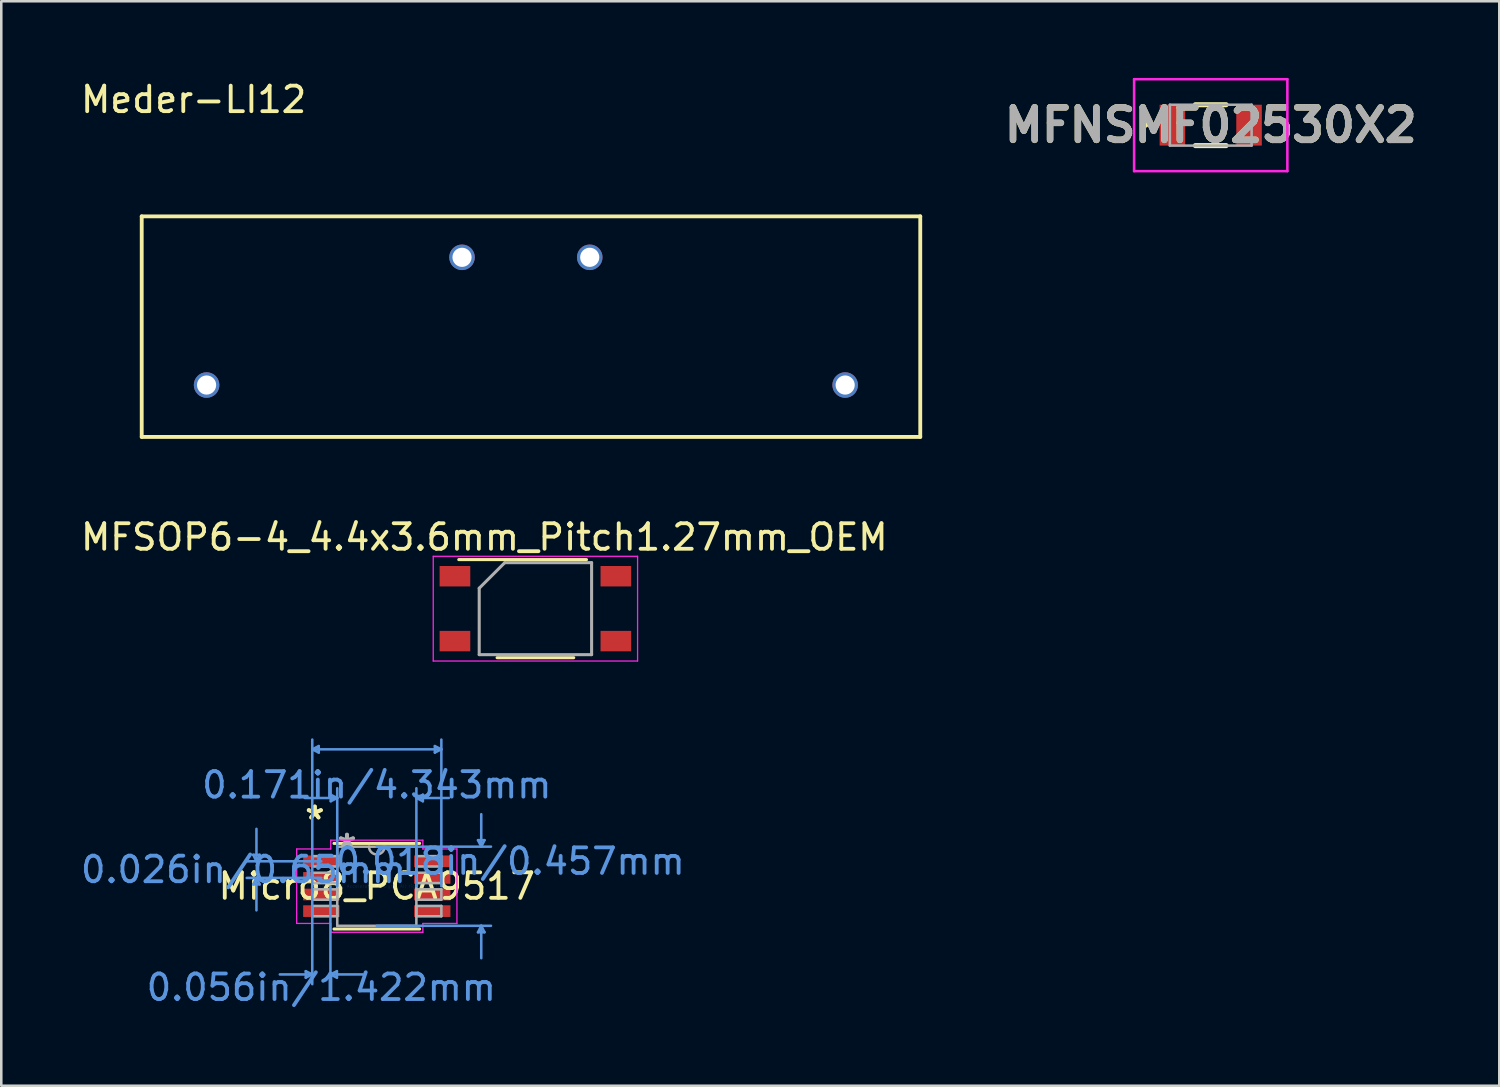
<source format=kicad_pcb>
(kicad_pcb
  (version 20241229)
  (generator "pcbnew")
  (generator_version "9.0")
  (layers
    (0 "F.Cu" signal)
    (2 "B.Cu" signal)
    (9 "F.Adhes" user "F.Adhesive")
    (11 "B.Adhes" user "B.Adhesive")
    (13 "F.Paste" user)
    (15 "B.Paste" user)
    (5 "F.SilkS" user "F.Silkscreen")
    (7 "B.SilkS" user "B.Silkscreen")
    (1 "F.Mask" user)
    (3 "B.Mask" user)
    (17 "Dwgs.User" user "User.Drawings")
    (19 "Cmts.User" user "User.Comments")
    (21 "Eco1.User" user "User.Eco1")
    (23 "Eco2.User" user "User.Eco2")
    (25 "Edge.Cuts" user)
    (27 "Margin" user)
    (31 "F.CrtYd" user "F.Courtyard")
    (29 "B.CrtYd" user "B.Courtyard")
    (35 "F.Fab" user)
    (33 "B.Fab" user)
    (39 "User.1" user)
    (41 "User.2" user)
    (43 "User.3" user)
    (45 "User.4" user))
  (footprint "Micro8_PCA9517"
    (layer "F.Cu")
    (at 11.702 31.645)
    (property "Reference" "Micro8_PCA9517" (at 0 0 0) (layer "F.SilkS") (effects (font (size 1 1) (thickness 0.15))))
    (attr through_hole)
    (fp_line (start -1.676 1.676) (end 1.676 1.676) (stroke (width 0.12) (type solid)) (layer "F.SilkS"))
    (fp_line (start 1.676 -1.676) (end -1.676 -1.676) (stroke (width 0.12) (type solid)) (layer "F.SilkS"))
    (fp_line (start -4.839 -1.229) (end -4.585 -1.229) (stroke (width 0.1) (type solid)) (layer "Cmts.User"))
    (fp_line (start -4.839 -0.071) (end -4.585 -0.071) (stroke (width 0.1) (type solid)) (layer "Cmts.User"))
    (fp_line (start -4.712 -0.975) (end -4.839 -1.229) (stroke (width 0.1) (type solid)) (layer "Cmts.User"))
    (fp_line (start -4.712 -0.975) (end -4.712 -2.245) (stroke (width 0.1) (type solid)) (layer "Cmts.User"))
    (fp_line (start -4.712 -0.975) (end -4.585 -1.229) (stroke (width 0.1) (type solid)) (layer "Cmts.User"))
    (fp_line (start -4.712 -0.325) (end -4.839 -0.071) (stroke (width 0.1) (type solid)) (layer "Cmts.User"))
    (fp_line (start -4.712 -0.325) (end -4.712 0.945) (stroke (width 0.1) (type solid)) (layer "Cmts.User"))
    (fp_line (start -4.712 -0.325) (end -4.585 -0.071) (stroke (width 0.1) (type solid)) (layer "Cmts.User"))
    (fp_line (start -2.781 3.327) (end -2.781 3.581) (stroke (width 0.1) (type solid)) (layer "Cmts.User"))
    (fp_line (start -2.527 -5.359) (end -2.273 -5.486) (stroke (width 0.1) (type solid)) (layer "Cmts.User"))
    (fp_line (start -2.527 -5.359) (end -2.273 -5.232) (stroke (width 0.1) (type solid)) (layer "Cmts.User"))
    (fp_line (start -2.527 -5.359) (end 2.527 -5.359) (stroke (width 0.1) (type solid)) (layer "Cmts.User"))
    (fp_line (start -2.527 0) (end -2.527 -5.74) (stroke (width 0.1) (type solid)) (layer "Cmts.User"))
    (fp_line (start -2.527 0) (end -2.527 3.835) (stroke (width 0.1) (type solid)) (layer "Cmts.User"))
    (fp_line (start -2.527 3.454) (end -3.797 3.454) (stroke (width 0.1) (type solid)) (layer "Cmts.User"))
    (fp_line (start -2.527 3.454) (end -2.781 3.327) (stroke (width 0.1) (type solid)) (layer "Cmts.User"))
    (fp_line (start -2.527 3.454) (end -2.781 3.581) (stroke (width 0.1) (type solid)) (layer "Cmts.User"))
    (fp_line (start -2.273 -5.486) (end -2.273 -5.232) (stroke (width 0.1) (type solid)) (layer "Cmts.User"))
    (fp_line (start -2.172 -0.975) (end -5.093 -0.975) (stroke (width 0.1) (type solid)) (layer "Cmts.User"))
    (fp_line (start -2.172 -0.325) (end -5.093 -0.325) (stroke (width 0.1) (type solid)) (layer "Cmts.User"))
    (fp_line (start -1.816 0) (end -1.816 3.835) (stroke (width 0.1) (type solid)) (layer "Cmts.User"))
    (fp_line (start -1.816 3.454) (end -1.562 3.327) (stroke (width 0.1) (type solid)) (layer "Cmts.User"))
    (fp_line (start -1.816 3.454) (end -1.562 3.581) (stroke (width 0.1) (type solid)) (layer "Cmts.User"))
    (fp_line (start -1.816 3.454) (end -0.546 3.454) (stroke (width 0.1) (type solid)) (layer "Cmts.User"))
    (fp_line (start -1.803 -3.581) (end -1.803 -3.327) (stroke (width 0.1) (type solid)) (layer "Cmts.User"))
    (fp_line (start -1.562 3.327) (end -1.562 3.581) (stroke (width 0.1) (type solid)) (layer "Cmts.User"))
    (fp_line (start -1.549 -3.454) (end -2.819 -3.454) (stroke (width 0.1) (type solid)) (layer "Cmts.User"))
    (fp_line (start -1.549 -3.454) (end -1.803 -3.581) (stroke (width 0.1) (type solid)) (layer "Cmts.User"))
    (fp_line (start -1.549 -3.454) (end -1.803 -3.327) (stroke (width 0.1) (type solid)) (layer "Cmts.User"))
    (fp_line (start -1.549 0) (end -1.549 -3.835) (stroke (width 0.1) (type solid)) (layer "Cmts.User"))
    (fp_line (start 0 -1.549) (end 4.47 -1.549) (stroke (width 0.1) (type solid)) (layer "Cmts.User"))
    (fp_line (start 0 1.549) (end 4.47 1.549) (stroke (width 0.1) (type solid)) (layer "Cmts.User"))
    (fp_line (start 1.549 -3.454) (end 1.803 -3.581) (stroke (width 0.1) (type solid)) (layer "Cmts.User"))
    (fp_line (start 1.549 -3.454) (end 1.803 -3.327) (stroke (width 0.1) (type solid)) (layer "Cmts.User"))
    (fp_line (start 1.549 -3.454) (end 2.819 -3.454) (stroke (width 0.1) (type solid)) (layer "Cmts.User"))
    (fp_line (start 1.549 0) (end 1.549 -3.835) (stroke (width 0.1) (type solid)) (layer "Cmts.User"))
    (fp_line (start 1.803 -3.581) (end 1.803 -3.327) (stroke (width 0.1) (type solid)) (layer "Cmts.User"))
    (fp_line (start 2.273 -5.486) (end 2.273 -5.232) (stroke (width 0.1) (type solid)) (layer "Cmts.User"))
    (fp_line (start 2.527 -5.359) (end 2.273 -5.486) (stroke (width 0.1) (type solid)) (layer "Cmts.User"))
    (fp_line (start 2.527 -5.359) (end 2.273 -5.232) (stroke (width 0.1) (type solid)) (layer "Cmts.User"))
    (fp_line (start 2.527 0) (end 2.527 -5.74) (stroke (width 0.1) (type solid)) (layer "Cmts.User"))
    (fp_line (start 3.962 -1.803) (end 4.216 -1.803) (stroke (width 0.1) (type solid)) (layer "Cmts.User"))
    (fp_line (start 3.962 1.803) (end 4.216 1.803) (stroke (width 0.1) (type solid)) (layer "Cmts.User"))
    (fp_line (start 4.089 -1.549) (end 3.962 -1.803) (stroke (width 0.1) (type solid)) (layer "Cmts.User"))
    (fp_line (start 4.089 -1.549) (end 4.089 -2.819) (stroke (width 0.1) (type solid)) (layer "Cmts.User"))
    (fp_line (start 4.089 -1.549) (end 4.216 -1.803) (stroke (width 0.1) (type solid)) (layer "Cmts.User"))
    (fp_line (start 4.089 1.549) (end 3.962 1.803) (stroke (width 0.1) (type solid)) (layer "Cmts.User"))
    (fp_line (start 4.089 1.549) (end 4.089 2.819) (stroke (width 0.1) (type solid)) (layer "Cmts.User"))
    (fp_line (start 4.089 1.549) (end 4.216 1.803) (stroke (width 0.1) (type solid)) (layer "Cmts.User"))
    (fp_line (start -3.137 -1.458) (end -1.803 -1.458) (stroke (width 0.05) (type solid)) (layer "F.CrtYd"))
    (fp_line (start -3.137 1.458) (end -3.137 -1.458) (stroke (width 0.05) (type solid)) (layer "F.CrtYd"))
    (fp_line (start -1.803 -1.803) (end 1.803 -1.803) (stroke (width 0.05) (type solid)) (layer "F.CrtYd"))
    (fp_line (start -1.803 -1.458) (end -1.803 -1.803) (stroke (width 0.05) (type solid)) (layer "F.CrtYd"))
    (fp_line (start -1.803 1.458) (end -3.137 1.458) (stroke (width 0.05) (type solid)) (layer "F.CrtYd"))
    (fp_line (start -1.803 1.803) (end -1.803 1.458) (stroke (width 0.05) (type solid)) (layer "F.CrtYd"))
    (fp_line (start 1.803 -1.803) (end 1.803 -1.458) (stroke (width 0.05) (type solid)) (layer "F.CrtYd"))
    (fp_line (start 1.803 -1.458) (end 3.137 -1.458) (stroke (width 0.05) (type solid)) (layer "F.CrtYd"))
    (fp_line (start 1.803 1.458) (end 1.803 1.803) (stroke (width 0.05) (type solid)) (layer "F.CrtYd"))
    (fp_line (start 1.803 1.803) (end -1.803 1.803) (stroke (width 0.05) (type solid)) (layer "F.CrtYd"))
    (fp_line (start 3.137 -1.458) (end 3.137 1.458) (stroke (width 0.05) (type solid)) (layer "F.CrtYd"))
    (fp_line (start 3.137 1.458) (end 1.803 1.458) (stroke (width 0.05) (type solid)) (layer "F.CrtYd"))
    (fp_line (start -2.527 -1.178) (end -2.527 -0.772) (stroke (width 0.1) (type solid)) (layer "F.Fab"))
    (fp_line (start -2.527 -0.772) (end -1.549 -0.772) (stroke (width 0.1) (type solid)) (layer "F.Fab"))
    (fp_line (start -2.527 -0.528) (end -2.527 -0.122) (stroke (width 0.1) (type solid)) (layer "F.Fab"))
    (fp_line (start -2.527 -0.122) (end -1.549 -0.122) (stroke (width 0.1) (type solid)) (layer "F.Fab"))
    (fp_line (start -2.527 0.122) (end -2.527 0.528) (stroke (width 0.1) (type solid)) (layer "F.Fab"))
    (fp_line (start -2.527 0.528) (end -1.549 0.528) (stroke (width 0.1) (type solid)) (layer "F.Fab"))
    (fp_line (start -2.527 0.772) (end -2.527 1.178) (stroke (width 0.1) (type solid)) (layer "F.Fab"))
    (fp_line (start -2.527 1.178) (end -1.549 1.178) (stroke (width 0.1) (type solid)) (layer "F.Fab"))
    (fp_line (start -1.549 -1.549) (end -1.549 1.549) (stroke (width 0.1) (type solid)) (layer "F.Fab"))
    (fp_line (start -1.549 -1.178) (end -2.527 -1.178) (stroke (width 0.1) (type solid)) (layer "F.Fab"))
    (fp_line (start -1.549 -0.772) (end -1.549 -1.178) (stroke (width 0.1) (type solid)) (layer "F.Fab"))
    (fp_line (start -1.549 -0.528) (end -2.527 -0.528) (stroke (width 0.1) (type solid)) (layer "F.Fab"))
    (fp_line (start -1.549 -0.122) (end -1.549 -0.528) (stroke (width 0.1) (type solid)) (layer "F.Fab"))
    (fp_line (start -1.549 0.122) (end -2.527 0.122) (stroke (width 0.1) (type solid)) (layer "F.Fab"))
    (fp_line (start -1.549 0.528) (end -1.549 0.122) (stroke (width 0.1) (type solid)) (layer "F.Fab"))
    (fp_line (start -1.549 0.772) (end -2.527 0.772) (stroke (width 0.1) (type solid)) (layer "F.Fab"))
    (fp_line (start -1.549 1.178) (end -1.549 0.772) (stroke (width 0.1) (type solid)) (layer "F.Fab"))
    (fp_line (start -1.549 1.549) (end 1.549 1.549) (stroke (width 0.1) (type solid)) (layer "F.Fab"))
    (fp_line (start 1.549 -1.549) (end -1.549 -1.549) (stroke (width 0.1) (type solid)) (layer "F.Fab"))
    (fp_line (start 1.549 -1.178) (end 1.549 -0.772) (stroke (width 0.1) (type solid)) (layer "F.Fab"))
    (fp_line (start 1.549 -0.772) (end 2.527 -0.772) (stroke (width 0.1) (type solid)) (layer "F.Fab"))
    (fp_line (start 1.549 -0.528) (end 1.549 -0.122) (stroke (width 0.1) (type solid)) (layer "F.Fab"))
    (fp_line (start 1.549 -0.122) (end 2.527 -0.122) (stroke (width 0.1) (type solid)) (layer "F.Fab"))
    (fp_line (start 1.549 0.122) (end 1.549 0.528) (stroke (width 0.1) (type solid)) (layer "F.Fab"))
    (fp_line (start 1.549 0.528) (end 2.527 0.528) (stroke (width 0.1) (type solid)) (layer "F.Fab"))
    (fp_line (start 1.549 0.772) (end 1.549 1.178) (stroke (width 0.1) (type solid)) (layer "F.Fab"))
    (fp_line (start 1.549 1.178) (end 2.527 1.178) (stroke (width 0.1) (type solid)) (layer "F.Fab"))
    (fp_line (start 1.549 1.549) (end 1.549 -1.549) (stroke (width 0.1) (type solid)) (layer "F.Fab"))
    (fp_line (start 2.527 -1.178) (end 1.549 -1.178) (stroke (width 0.1) (type solid)) (layer "F.Fab"))
    (fp_line (start 2.527 -0.772) (end 2.527 -1.178) (stroke (width 0.1) (type solid)) (layer "F.Fab"))
    (fp_line (start 2.527 -0.528) (end 1.549 -0.528) (stroke (width 0.1) (type solid)) (layer "F.Fab"))
    (fp_line (start 2.527 -0.122) (end 2.527 -0.528) (stroke (width 0.1) (type solid)) (layer "F.Fab"))
    (fp_line (start 2.527 0.122) (end 1.549 0.122) (stroke (width 0.1) (type solid)) (layer "F.Fab"))
    (fp_line (start 2.527 0.528) (end 2.527 0.122) (stroke (width 0.1) (type solid)) (layer "F.Fab"))
    (fp_line (start 2.527 0.772) (end 1.549 0.772) (stroke (width 0.1) (type solid)) (layer "F.Fab"))
    (fp_line (start 2.527 1.178) (end 2.527 0.772) (stroke (width 0.1) (type solid)) (layer "F.Fab"))
    (fp_arc (start 0.3048 -1.5494) (mid 0 -1.2446) (end -0.3048 -1.5494) (stroke (width 0.1) (type solid)) (layer "F.Fab"))
    (fp_text user "*" (at -2.426 -2.575 0) (layer "F.SilkS") (effects (font (size 1 1) (thickness 0.15))))
    (fp_text user "*" (at -2.426 -2.575 0) (layer "F.SilkS") (effects (font (size 1 1) (thickness 0.15))))
    (fp_text user "0.026in/0.65mm" (at -5.22 -0.65 0) (layer "Cmts.User") (effects (font (size 1 1) (thickness 0.15))))
    (fp_text user "0.018in/0.457mm" (at 5.22 -0.975 0) (layer "Cmts.User") (effects (font (size 1 1) (thickness 0.15))))
    (fp_text user "0.171in/4.343mm" (at 0 -3.962 0) (layer "Cmts.User") (effects (font (size 1 1) (thickness 0.15))))
    (fp_text user "0.056in/1.422mm" (at -2.172 3.962 0) (layer "Cmts.User") (effects (font (size 1 1) (thickness 0.15))))
    (fp_text user "Copyright 2021 Accelerated Designs. All rights reserved." (at 0 0 0) (layer "Cmts.User") (effects (font (size 0.127 0.127) (thickness 0.002))))
    (fp_text user "*" (at -1.168 -1.473 0) (layer "F.Fab") (effects (font (size 1 1) (thickness 0.15))))
    (fp_text user "*" (at -1.168 -1.473 0) (layer "F.Fab") (effects (font (size 1 1) (thickness 0.15))))
    (pad "1" smd rect (at -2.172 -0.975) (size 1.422 0.457) (layers "F.Cu" "F.Mask" "F.Paste"))
    (pad "2" smd rect (at -2.172 -0.325) (size 1.422 0.457) (layers "F.Cu" "F.Mask" "F.Paste"))
    (pad "3" smd rect (at -2.172 0.325) (size 1.422 0.457) (layers "F.Cu" "F.Mask" "F.Paste"))
    (pad "4" smd rect (at -2.172 0.975) (size 1.422 0.457) (layers "F.Cu" "F.Mask" "F.Paste"))
    (pad "5" smd rect (at 2.172 0.975) (size 1.422 0.457) (layers "F.Cu" "F.Mask" "F.Paste"))
    (pad "6" smd rect (at 2.172 0.325) (size 1.422 0.457) (layers "F.Cu" "F.Mask" "F.Paste"))
    (pad "7" smd rect (at 2.172 -0.325) (size 1.422 0.457) (layers "F.Cu" "F.Mask" "F.Paste"))
    (pad "8" smd rect (at 2.172 -0.975) (size 1.422 0.457) (layers "F.Cu" "F.Mask" "F.Paste")))
  (footprint "MFSOP6-4_4.4x3.6mm_Pitch1.27mm_OEM"
    (layer "F.Cu")
    (at 17.911 20.779)
    (property "Reference" "MFSOP6-4_4.4x3.6mm_Pitch1.27mm_OEM" (at -2 -2.8 0) (layer "F.SilkS") (effects (font (size 1 1) (thickness 0.15))))
    (attr smd)
    (fp_line (start -3 -1.92) (end 2 -1.92) (stroke (width 0.12) (type solid)) (layer "F.SilkS"))
    (fp_line (start 1.5 1.92) (end -1.5 1.92) (stroke (width 0.12) (type solid)) (layer "F.SilkS"))
    (fp_line (start -4 -2.05) (end -4 2.05) (stroke (width 0.05) (type solid)) (layer "F.CrtYd"))
    (fp_line (start -4 -2.05) (end 4 -2.05) (stroke (width 0.05) (type solid)) (layer "F.CrtYd"))
    (fp_line (start 4 2.05) (end -4 2.05) (stroke (width 0.05) (type solid)) (layer "F.CrtYd"))
    (fp_line (start 4 2.05) (end 4 -2.05) (stroke (width 0.05) (type solid)) (layer "F.CrtYd"))
    (fp_line (start -2.2 -0.8) (end -2.2 1.8) (stroke (width 0.12) (type solid)) (layer "F.Fab"))
    (fp_line (start -2.2 1.8) (end 2.2 1.8) (stroke (width 0.12) (type solid)) (layer "F.Fab"))
    (fp_line (start -1.2 -1.8) (end -2.2 -0.8) (stroke (width 0.12) (type solid)) (layer "F.Fab"))
    (fp_line (start 2.2 -1.8) (end -1.2 -1.8) (stroke (width 0.12) (type solid)) (layer "F.Fab"))
    (fp_line (start 2.2 1.8) (end 2.2 -1.8) (stroke (width 0.12) (type solid)) (layer "F.Fab"))
    (pad "1" smd rect (at -3.15 -1.27) (size 1.2 0.8) (layers "F.Cu" "F.Mask" "F.Paste"))
    (pad "3" smd rect (at -3.15 1.27) (size 1.2 0.8) (layers "F.Cu" "F.Mask" "F.Paste"))
    (pad "4" smd rect (at 3.15 1.27) (size 1.2 0.8) (layers "F.Cu" "F.Mask" "F.Paste"))
    (pad "6" smd rect (at 3.15 -1.27) (size 1.2 0.8) (layers "F.Cu" "F.Mask" "F.Paste")))
  (footprint "Meder-LI12"
    (layer "F.Cu")
    (at 5.038 12.024)
    (property "Reference" "Meder-LI12" (at -0.508 -11.176 0) (layer "F.SilkS") (effects (font (size 1 1) (thickness 0.15))))
    (attr through_hole)
    (fp_line (start -2.54 -6.604) (end 27.94 -6.604) (stroke (width 0.15) (type solid)) (layer "F.SilkS"))
    (fp_line (start -2.54 2.032) (end -2.54 -6.604) (stroke (width 0.15) (type solid)) (layer "F.SilkS"))
    (fp_line (start 27.94 -6.604) (end 27.94 2.032) (stroke (width 0.15) (type solid)) (layer "F.SilkS"))
    (fp_line (start 27.94 2.032) (end -2.54 2.032) (stroke (width 0.15) (type solid)) (layer "F.SilkS"))
    (pad "1" thru_hole circle (at 0 0) (size 1 1) (drill 0.75) (layers "*.Cu" "*.Mask"))
    (pad "2" thru_hole circle (at 25 0) (size 1 1) (drill 0.75) (layers "*.Cu" "*.Mask"))
    (pad "3" thru_hole circle (at 10 -5) (size 1 1) (drill 0.75) (layers "*.Cu" "*.Mask"))
    (pad "4" thru_hole circle (at 15 -5) (size 1 1) (drill 0.75) (layers "*.Cu" "*.Mask")))
  (footprint "MFNSMF02530X2"
    (layer "F.Cu")
    (at 44.35 1.85)
    (property "Reference" "MFNSMF02530X2" (at 0 0 0) (layer "F.SilkS") (effects (font (size 1.27 1.27) (thickness 0.254))))
    (attr smd)
    (fp_line (start -2.6 0) (end -2.6 0) (stroke (width 0.1) (type solid)) (layer "F.SilkS"))
    (fp_line (start -2.5 0) (end -2.5 0) (stroke (width 0.1) (type solid)) (layer "F.SilkS"))
    (fp_line (start -0.6 -0.8) (end 0.6 -0.8) (stroke (width 0.2) (type solid)) (layer "F.SilkS"))
    (fp_line (start -0.6 0.8) (end 0.6 0.8) (stroke (width 0.2) (type solid)) (layer "F.SilkS"))
    (fp_arc (start -2.6 0) (mid -2.55 -0.05) (end -2.5 0) (stroke (width 0.1) (type solid)) (layer "F.SilkS"))
    (fp_arc (start -2.5 0) (mid -2.55 0.05) (end -2.6 0) (stroke (width 0.1) (type solid)) (layer "F.SilkS"))
    (fp_line (start -3 -1.8) (end 3 -1.8) (stroke (width 0.1) (type solid)) (layer "F.CrtYd"))
    (fp_line (start -3 1.8) (end -3 -1.8) (stroke (width 0.1) (type solid)) (layer "F.CrtYd"))
    (fp_line (start 3 -1.8) (end 3 1.8) (stroke (width 0.1) (type solid)) (layer "F.CrtYd"))
    (fp_line (start 3 1.8) (end -3 1.8) (stroke (width 0.1) (type solid)) (layer "F.CrtYd"))
    (fp_line (start -1.6 -0.8) (end -1.6 0.8) (stroke (width 0.1) (type solid)) (layer "F.Fab"))
    (fp_line (start -1.6 0.8) (end 1.6 0.8) (stroke (width 0.1) (type solid)) (layer "F.Fab"))
    (fp_line (start 1.6 -0.8) (end -1.6 -0.8) (stroke (width 0.1) (type solid)) (layer "F.Fab"))
    (fp_line (start 1.6 0.8) (end 1.6 -0.8) (stroke (width 0.1) (type solid)) (layer "F.Fab"))
    (fp_text user "${REFERENCE}" (at 0 0 0) (layer "F.Fab") (effects (font (size 1.27 1.27) (thickness 0.254))))
    (pad "1" smd rect (at -1.5 0) (size 1 1.6) (layers "F.Cu" "F.Mask" "F.Paste"))
    (pad "2" smd rect (at 1.5 0) (size 1 1.6) (layers "F.Cu" "F.Mask" "F.Paste")))
  (gr_rect
    (start -3 -3)
    (end 55.647 39.456)
    (stroke (width 0.1) (type default))
    (fill no)
    (layer "Edge.Cuts")))
</source>
